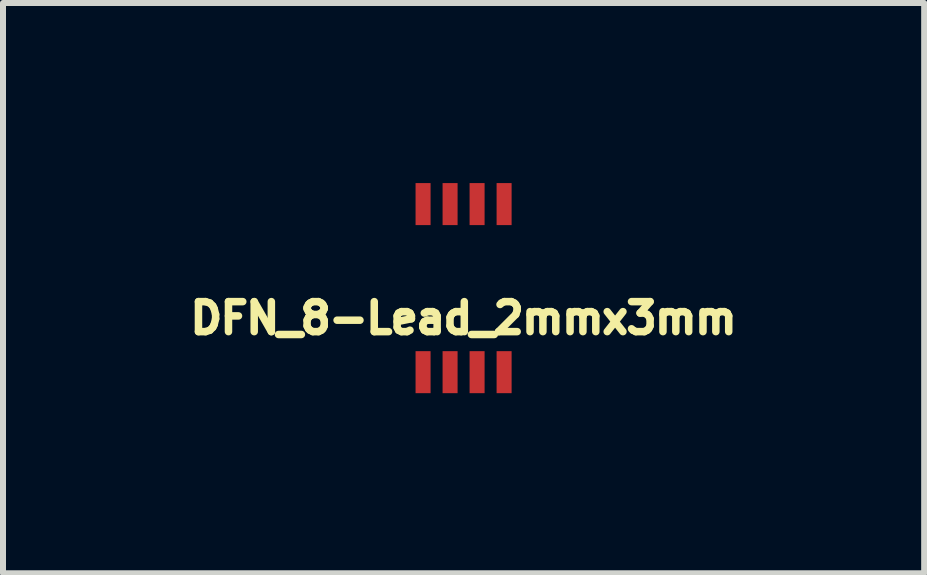
<source format=kicad_pcb>
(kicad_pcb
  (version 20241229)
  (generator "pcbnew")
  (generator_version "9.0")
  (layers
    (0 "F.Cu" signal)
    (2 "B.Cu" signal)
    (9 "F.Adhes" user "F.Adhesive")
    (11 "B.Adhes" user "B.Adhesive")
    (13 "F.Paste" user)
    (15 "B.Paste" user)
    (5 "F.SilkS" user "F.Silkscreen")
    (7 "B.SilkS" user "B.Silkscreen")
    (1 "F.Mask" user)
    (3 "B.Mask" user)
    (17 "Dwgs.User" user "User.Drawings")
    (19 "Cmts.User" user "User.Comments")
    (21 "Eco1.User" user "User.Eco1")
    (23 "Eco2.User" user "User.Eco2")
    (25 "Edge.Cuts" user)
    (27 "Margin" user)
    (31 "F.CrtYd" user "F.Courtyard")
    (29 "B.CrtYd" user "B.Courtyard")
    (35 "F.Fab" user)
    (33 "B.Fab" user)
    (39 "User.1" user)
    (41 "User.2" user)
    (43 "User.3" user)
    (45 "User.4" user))
  (footprint "DFN_8-Lead_2mmx3mm"
    (layer "F.Cu")
    (at 4.673 1.75)
    (property "Reference" "DFN_8-Lead_2mmx3mm" (at 0 0.5 0) (layer "F.SilkS") (effects (font (size 0.5 0.5) (thickness 0.125))))
    (attr through_hole)
    (pad "1" smd rect (at -0.675 1.4) (size 0.25 0.7) (layers "F.Cu" "F.Mask" "F.Paste"))
    (pad "2" smd rect (at -0.225 1.4) (size 0.25 0.7) (layers "F.Cu" "F.Mask" "F.Paste"))
    (pad "3" smd rect (at 0.225 1.4) (size 0.25 0.7) (layers "F.Cu" "F.Mask" "F.Paste"))
    (pad "4" smd rect (at 0.675 1.4) (size 0.25 0.7) (layers "F.Cu" "F.Mask" "F.Paste"))
    (pad "5" smd rect (at 0.675 -1.4) (size 0.25 0.7) (layers "F.Cu" "F.Mask" "F.Paste"))
    (pad "6" smd rect (at 0.225 -1.4) (size 0.25 0.7) (layers "F.Cu" "F.Mask" "F.Paste"))
    (pad "7" smd rect (at -0.225 -1.4) (size 0.25 0.7) (layers "F.Cu" "F.Mask" "F.Paste"))
    (pad "8" smd rect (at -0.675 -1.4) (size 0.25 0.7) (layers "F.Cu" "F.Mask" "F.Paste")))
  (gr_rect
    (start -3 -3)
    (end 12.346 6.5)
    (stroke (width 0.1) (type default))
    (fill no)
    (layer "Edge.Cuts")))
</source>
